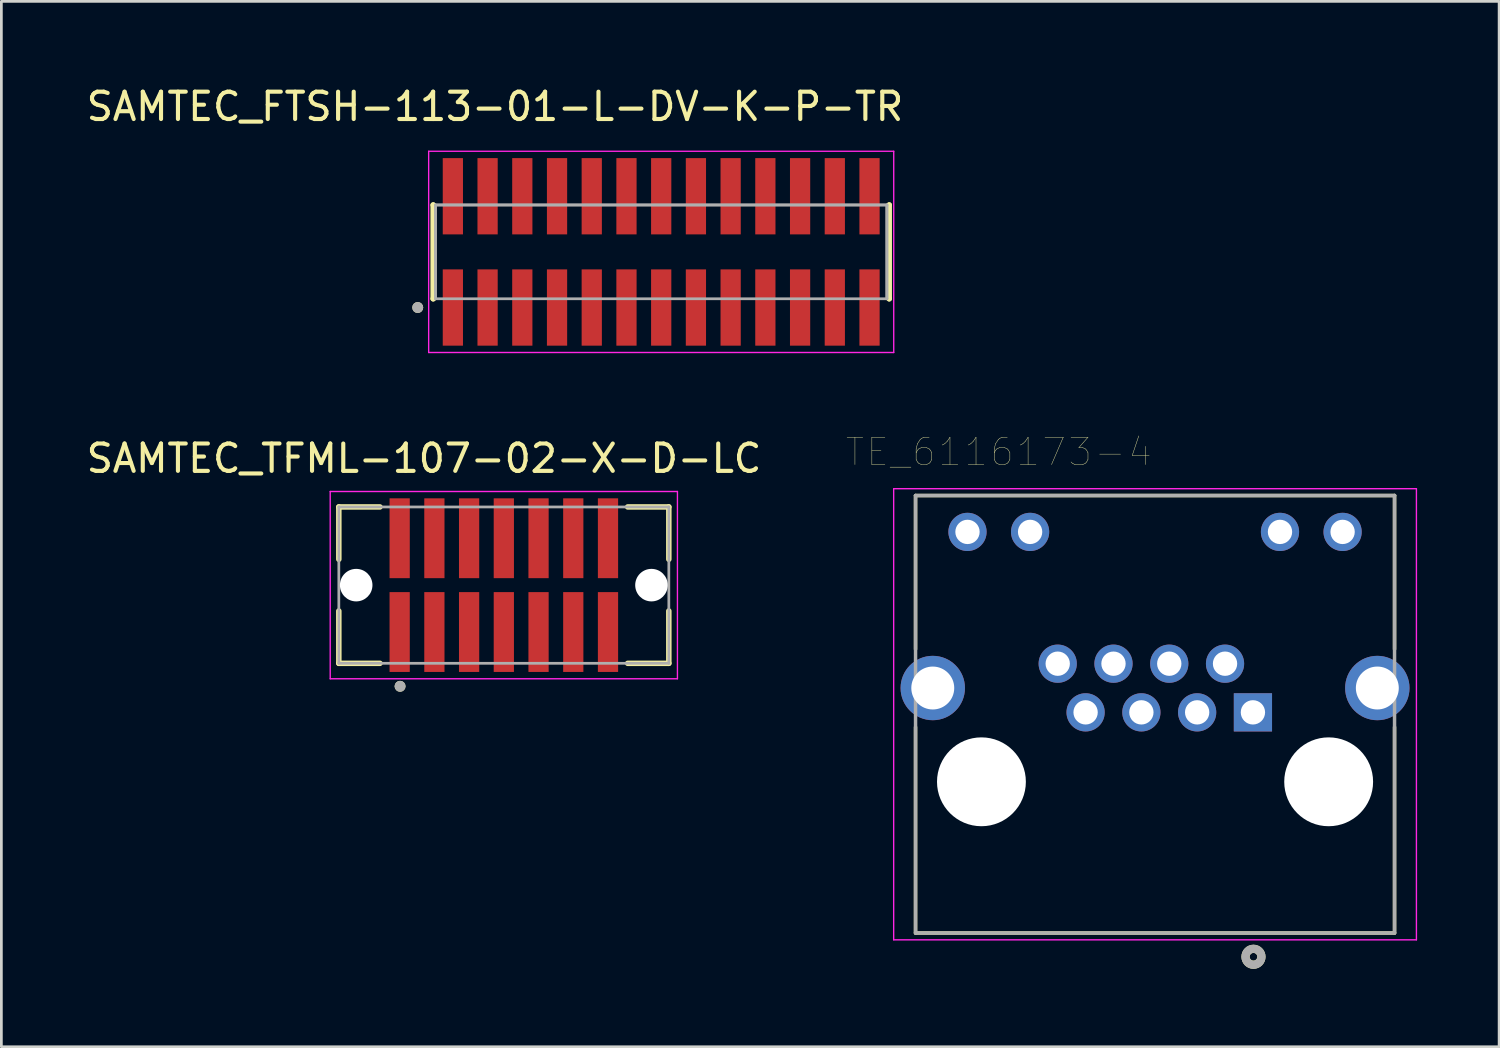
<source format=kicad_pcb>
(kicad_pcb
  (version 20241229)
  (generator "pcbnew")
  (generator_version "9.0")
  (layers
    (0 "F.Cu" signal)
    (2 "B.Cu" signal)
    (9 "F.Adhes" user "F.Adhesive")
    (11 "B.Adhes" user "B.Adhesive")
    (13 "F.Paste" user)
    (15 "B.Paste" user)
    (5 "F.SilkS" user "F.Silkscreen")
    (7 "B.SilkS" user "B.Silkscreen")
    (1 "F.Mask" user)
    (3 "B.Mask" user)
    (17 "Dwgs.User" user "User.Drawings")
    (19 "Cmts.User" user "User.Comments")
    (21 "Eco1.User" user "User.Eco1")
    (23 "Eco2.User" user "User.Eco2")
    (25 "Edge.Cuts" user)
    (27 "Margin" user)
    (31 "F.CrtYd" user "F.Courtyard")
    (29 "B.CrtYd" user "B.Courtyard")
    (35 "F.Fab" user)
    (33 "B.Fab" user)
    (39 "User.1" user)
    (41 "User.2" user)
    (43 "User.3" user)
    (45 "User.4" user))
  (footprint "SAMTEC_TFML-107-02-X-D-LC"
    (layer "F.Cu")
    (at 15.378 18.352)
    (property "Reference" "SAMTEC_TFML-107-02-X-D-LC" (at -2.92 -4.635 0) (layer "F.SilkS") (effects (font (size 1 1) (thickness 0.15))))
    (attr smd)
    (fp_line (start -6.035 -2.86) (end -6.035 -0.945) (stroke (width 0.2) (type solid)) (layer "F.SilkS"))
    (fp_line (start -6.035 0.945) (end -6.035 2.86) (stroke (width 0.2) (type solid)) (layer "F.SilkS"))
    (fp_line (start -6.035 2.86) (end -4.53 2.86) (stroke (width 0.2) (type solid)) (layer "F.SilkS"))
    (fp_line (start -4.53 -2.86) (end -6.035 -2.86) (stroke (width 0.2) (type solid)) (layer "F.SilkS"))
    (fp_line (start 4.53 -2.86) (end 6.035 -2.86) (stroke (width 0.2) (type solid)) (layer "F.SilkS"))
    (fp_line (start 4.53 2.86) (end 6.035 2.86) (stroke (width 0.2) (type solid)) (layer "F.SilkS"))
    (fp_line (start 6.035 -2.86) (end 6.035 -0.945) (stroke (width 0.2) (type solid)) (layer "F.SilkS"))
    (fp_line (start 6.035 2.86) (end 6.035 0.945) (stroke (width 0.2) (type solid)) (layer "F.SilkS"))
    (fp_circle (center -3.795 3.7) (end -3.695 3.7) (stroke (width 0.2) (type solid)) (fill no) (layer "F.SilkS"))
    (fp_line (start -6.35 -3.425) (end 6.35 -3.425) (stroke (width 0.05) (type solid)) (layer "F.CrtYd"))
    (fp_line (start -6.35 3.425) (end -6.35 -3.425) (stroke (width 0.05) (type solid)) (layer "F.CrtYd"))
    (fp_line (start 6.35 -3.425) (end 6.35 3.425) (stroke (width 0.05) (type solid)) (layer "F.CrtYd"))
    (fp_line (start 6.35 3.425) (end -6.35 3.425) (stroke (width 0.05) (type solid)) (layer "F.CrtYd"))
    (fp_line (start -6.035 -2.86) (end -6.035 2.86) (stroke (width 0.1) (type solid)) (layer "F.Fab"))
    (fp_line (start -6.035 2.86) (end 6.035 2.86) (stroke (width 0.1) (type solid)) (layer "F.Fab"))
    (fp_line (start 6.035 -2.86) (end -6.035 -2.86) (stroke (width 0.1) (type solid)) (layer "F.Fab"))
    (fp_line (start 6.035 2.86) (end 6.035 -2.86) (stroke (width 0.1) (type solid)) (layer "F.Fab"))
    (fp_circle (center -3.795 3.7) (end -3.695 3.7) (stroke (width 0.2) (type solid)) (fill no) (layer "F.Fab"))
    (pad "" np_thru_hole circle (at -5.4 0) (size 1.19 1.19) (drill 1.19) (layers "*.Cu" "*.Mask"))
    (pad "" np_thru_hole circle (at 5.4 0) (size 1.19 1.19) (drill 1.19) (layers "*.Cu" "*.Mask"))
    (pad "1" smd rect (at -3.81 1.715) (size 0.74 2.92) (layers "F.Cu" "F.Mask" "F.Paste"))
    (pad "2" smd rect (at -3.81 -1.715) (size 0.74 2.92) (layers "F.Cu" "F.Mask" "F.Paste"))
    (pad "3" smd rect (at -2.54 1.715) (size 0.74 2.92) (layers "F.Cu" "F.Mask" "F.Paste"))
    (pad "4" smd rect (at -2.54 -1.715) (size 0.74 2.92) (layers "F.Cu" "F.Mask" "F.Paste"))
    (pad "5" smd rect (at -1.27 1.715) (size 0.74 2.92) (layers "F.Cu" "F.Mask" "F.Paste"))
    (pad "6" smd rect (at -1.27 -1.715) (size 0.74 2.92) (layers "F.Cu" "F.Mask" "F.Paste"))
    (pad "7" smd rect (at 0 1.715) (size 0.74 2.92) (layers "F.Cu" "F.Mask" "F.Paste"))
    (pad "8" smd rect (at 0 -1.715) (size 0.74 2.92) (layers "F.Cu" "F.Mask" "F.Paste"))
    (pad "9" smd rect (at 1.27 1.715) (size 0.74 2.92) (layers "F.Cu" "F.Mask" "F.Paste"))
    (pad "10" smd rect (at 1.27 -1.715) (size 0.74 2.92) (layers "F.Cu" "F.Mask" "F.Paste"))
    (pad "11" smd rect (at 2.54 1.715) (size 0.74 2.92) (layers "F.Cu" "F.Mask" "F.Paste"))
    (pad "12" smd rect (at 2.54 -1.715) (size 0.74 2.92) (layers "F.Cu" "F.Mask" "F.Paste"))
    (pad "13" smd rect (at 3.81 1.715) (size 0.74 2.92) (layers "F.Cu" "F.Mask" "F.Paste"))
    (pad "14" smd rect (at 3.81 -1.715) (size 0.74 2.92) (layers "F.Cu" "F.Mask" "F.Paste")))
  (footprint "SAMTEC_FTSH-113-01-L-DV-K-P-TR"
    (layer "F.Cu")
    (at 21.134 6.163)
    (property "Reference" "SAMTEC_FTSH-113-01-L-DV-K-P-TR" (at -6.08 -5.315 0) (layer "F.SilkS") (effects (font (size 1 1) (thickness 0.15))))
    (attr smd)
    (fp_line (start -8.34 -1.715) (end -8.34 -1.715) (stroke (width 0.2) (type solid)) (layer "F.SilkS"))
    (fp_line (start -8.34 1.715) (end -8.34 -1.715) (stroke (width 0.2) (type solid)) (layer "F.SilkS"))
    (fp_line (start -8.34 1.715) (end -8.34 1.715) (stroke (width 0.2) (type solid)) (layer "F.SilkS"))
    (fp_line (start 8.34 -1.715) (end 8.34 -1.715) (stroke (width 0.2) (type solid)) (layer "F.SilkS"))
    (fp_line (start 8.34 -1.715) (end 8.34 1.715) (stroke (width 0.2) (type solid)) (layer "F.SilkS"))
    (fp_line (start 8.34 1.715) (end 8.34 1.715) (stroke (width 0.2) (type solid)) (layer "F.SilkS"))
    (fp_circle (center -8.905 2.035) (end -8.805 2.035) (stroke (width 0.2) (type solid)) (fill no) (layer "F.SilkS"))
    (fp_line (start -8.505 -3.68) (end 8.505 -3.68) (stroke (width 0.05) (type solid)) (layer "F.CrtYd"))
    (fp_line (start -8.505 3.68) (end -8.505 -3.68) (stroke (width 0.05) (type solid)) (layer "F.CrtYd"))
    (fp_line (start 8.505 -3.68) (end 8.505 3.68) (stroke (width 0.05) (type solid)) (layer "F.CrtYd"))
    (fp_line (start 8.505 3.68) (end -8.505 3.68) (stroke (width 0.05) (type solid)) (layer "F.CrtYd"))
    (fp_line (start -8.255 -1.715) (end 8.255 -1.715) (stroke (width 0.1) (type solid)) (layer "F.Fab"))
    (fp_line (start -8.255 -1.715) (end 8.255 -1.715) (stroke (width 0.1) (type solid)) (layer "F.Fab"))
    (fp_line (start -8.255 1.715) (end -8.255 -1.715) (stroke (width 0.1) (type solid)) (layer "F.Fab"))
    (fp_line (start -8.255 1.715) (end -8.255 -1.715) (stroke (width 0.1) (type solid)) (layer "F.Fab"))
    (fp_line (start 8.255 -1.715) (end 8.255 1.715) (stroke (width 0.1) (type solid)) (layer "F.Fab"))
    (fp_line (start 8.255 -1.715) (end 8.255 1.715) (stroke (width 0.1) (type solid)) (layer "F.Fab"))
    (fp_line (start 8.255 1.715) (end -8.255 1.715) (stroke (width 0.1) (type solid)) (layer "F.Fab"))
    (fp_circle (center -8.905 2.035) (end -8.805 2.035) (stroke (width 0.2) (type solid)) (fill no) (layer "F.Fab"))
    (pad "1" smd rect (at -7.62 2.035) (size 0.74 2.79) (layers "F.Cu" "F.Mask" "F.Paste"))
    (pad "2" smd rect (at -7.62 -2.035) (size 0.74 2.79) (layers "F.Cu" "F.Mask" "F.Paste"))
    (pad "3" smd rect (at -6.35 2.035) (size 0.74 2.79) (layers "F.Cu" "F.Mask" "F.Paste"))
    (pad "4" smd rect (at -6.35 -2.035) (size 0.74 2.79) (layers "F.Cu" "F.Mask" "F.Paste"))
    (pad "5" smd rect (at -5.08 2.035) (size 0.74 2.79) (layers "F.Cu" "F.Mask" "F.Paste"))
    (pad "6" smd rect (at -5.08 -2.035) (size 0.74 2.79) (layers "F.Cu" "F.Mask" "F.Paste"))
    (pad "7" smd rect (at -3.81 2.035) (size 0.74 2.79) (layers "F.Cu" "F.Mask" "F.Paste"))
    (pad "8" smd rect (at -3.81 -2.035) (size 0.74 2.79) (layers "F.Cu" "F.Mask" "F.Paste"))
    (pad "9" smd rect (at -2.54 2.035) (size 0.74 2.79) (layers "F.Cu" "F.Mask" "F.Paste"))
    (pad "10" smd rect (at -2.54 -2.035) (size 0.74 2.79) (layers "F.Cu" "F.Mask" "F.Paste"))
    (pad "11" smd rect (at -1.27 2.035) (size 0.74 2.79) (layers "F.Cu" "F.Mask" "F.Paste"))
    (pad "12" smd rect (at -1.27 -2.035) (size 0.74 2.79) (layers "F.Cu" "F.Mask" "F.Paste"))
    (pad "13" smd rect (at 0 2.035) (size 0.74 2.79) (layers "F.Cu" "F.Mask" "F.Paste"))
    (pad "14" smd rect (at 0 -2.035) (size 0.74 2.79) (layers "F.Cu" "F.Mask" "F.Paste"))
    (pad "15" smd rect (at 1.27 2.035) (size 0.74 2.79) (layers "F.Cu" "F.Mask" "F.Paste"))
    (pad "16" smd rect (at 1.27 -2.035) (size 0.74 2.79) (layers "F.Cu" "F.Mask" "F.Paste"))
    (pad "17" smd rect (at 2.54 2.035) (size 0.74 2.79) (layers "F.Cu" "F.Mask" "F.Paste"))
    (pad "18" smd rect (at 2.54 -2.035) (size 0.74 2.79) (layers "F.Cu" "F.Mask" "F.Paste"))
    (pad "19" smd rect (at 3.81 2.035) (size 0.74 2.79) (layers "F.Cu" "F.Mask" "F.Paste"))
    (pad "20" smd rect (at 3.81 -2.035) (size 0.74 2.79) (layers "F.Cu" "F.Mask" "F.Paste"))
    (pad "21" smd rect (at 5.08 2.035) (size 0.74 2.79) (layers "F.Cu" "F.Mask" "F.Paste"))
    (pad "22" smd rect (at 5.08 -2.035) (size 0.74 2.79) (layers "F.Cu" "F.Mask" "F.Paste"))
    (pad "23" smd rect (at 6.35 2.035) (size 0.74 2.79) (layers "F.Cu" "F.Mask" "F.Paste"))
    (pad "24" smd rect (at 6.35 -2.035) (size 0.74 2.79) (layers "F.Cu" "F.Mask" "F.Paste"))
    (pad "25" smd rect (at 7.62 2.035) (size 0.74 2.79) (layers "F.Cu" "F.Mask" "F.Paste"))
    (pad "26" smd rect (at 7.62 -2.035) (size 0.74 2.79) (layers "F.Cu" "F.Mask" "F.Paste")))
  (footprint "TE_6116173-4"
    (layer "F.Cu")
    (at 39.197 25.545)
    (property "Reference" "TE_6116173-4" (at -5.715 -12.065 0) (layer "F.SilkS") (effects (font (size 1 1) (thickness 0.015))))
    (attr through_hole)
    (fp_line (start -8.76 -10.47) (end 8.76 -10.47) (stroke (width 0.127) (type solid)) (layer "F.SilkS"))
    (fp_line (start -8.76 -4.85) (end -8.76 -10.47) (stroke (width 0.127) (type solid)) (layer "F.SilkS"))
    (fp_line (start -8.76 5.53) (end -8.76 -2) (stroke (width 0.127) (type solid)) (layer "F.SilkS"))
    (fp_line (start 8.76 -10.47) (end 8.76 -4.85) (stroke (width 0.127) (type solid)) (layer "F.SilkS"))
    (fp_line (start 8.76 -2) (end 8.76 5.53) (stroke (width 0.127) (type solid)) (layer "F.SilkS"))
    (fp_line (start 8.76 5.53) (end -8.76 5.53) (stroke (width 0.127) (type solid)) (layer "F.SilkS"))
    (fp_circle (center 3.6 6.4) (end 3.741 6.4) (stroke (width 0.3) (type solid)) (fill no) (layer "F.SilkS"))
    (fp_line (start -9.56 -10.72) (end 9.56 -10.72) (stroke (width 0.05) (type solid)) (layer "F.CrtYd"))
    (fp_line (start -9.56 5.78) (end -9.56 -10.72) (stroke (width 0.05) (type solid)) (layer "F.CrtYd"))
    (fp_line (start 9.56 -10.72) (end 9.56 5.78) (stroke (width 0.05) (type solid)) (layer "F.CrtYd"))
    (fp_line (start 9.56 5.78) (end -9.56 5.78) (stroke (width 0.05) (type solid)) (layer "F.CrtYd"))
    (fp_line (start -8.76 -10.47) (end 8.76 -10.47) (stroke (width 0.127) (type solid)) (layer "F.Fab"))
    (fp_line (start -8.76 5.53) (end -8.76 -10.47) (stroke (width 0.127) (type solid)) (layer "F.Fab"))
    (fp_line (start 8.76 -10.47) (end 8.76 5.53) (stroke (width 0.127) (type solid)) (layer "F.Fab"))
    (fp_line (start 8.76 5.53) (end -8.76 5.53) (stroke (width 0.127) (type solid)) (layer "F.Fab"))
    (fp_circle (center 3.6 6.4) (end 3.741 6.4) (stroke (width 0.3) (type solid)) (fill no) (layer "F.Fab"))
    (pad "" np_thru_hole circle (at -6.35 0) (size 3.25 3.25) (drill 3.25) (layers "*.Cu" "*.Mask"))
    (pad "" np_thru_hole circle (at 6.35 0) (size 3.25 3.25) (drill 3.25) (layers "*.Cu" "*.Mask"))
    (pad "1" thru_hole rect (at 3.58 -2.54) (size 1.398 1.398) (drill 0.89) (layers "*.Cu" "*.Mask"))
    (pad "2" thru_hole circle (at 2.56 -4.32) (size 1.398 1.398) (drill 0.89) (layers "*.Cu" "*.Mask"))
    (pad "3" thru_hole circle (at 1.54 -2.54) (size 1.398 1.398) (drill 0.89) (layers "*.Cu" "*.Mask"))
    (pad "4" thru_hole circle (at 0.52 -4.32) (size 1.398 1.398) (drill 0.89) (layers "*.Cu" "*.Mask"))
    (pad "5" thru_hole circle (at -0.5 -2.54) (size 1.398 1.398) (drill 0.89) (layers "*.Cu" "*.Mask"))
    (pad "6" thru_hole circle (at -1.52 -4.32) (size 1.398 1.398) (drill 0.89) (layers "*.Cu" "*.Mask"))
    (pad "7" thru_hole circle (at -2.54 -2.54) (size 1.398 1.398) (drill 0.89) (layers "*.Cu" "*.Mask"))
    (pad "8" thru_hole circle (at -3.56 -4.32) (size 1.398 1.398) (drill 0.89) (layers "*.Cu" "*.Mask"))
    (pad "9" thru_hole circle (at -6.86 -9.14) (size 1.398 1.398) (drill 0.89) (layers "*.Cu" "*.Mask"))
    (pad "10" thru_hole circle (at -4.57 -9.14) (size 1.398 1.398) (drill 0.89) (layers "*.Cu" "*.Mask"))
    (pad "11" thru_hole circle (at 4.57 -9.14) (size 1.398 1.398) (drill 0.89) (layers "*.Cu" "*.Mask"))
    (pad "12" thru_hole circle (at 6.86 -9.14) (size 1.398 1.398) (drill 0.89) (layers "*.Cu" "*.Mask"))
    (pad "S1" thru_hole circle (at -8.13 -3.43) (size 2.355 2.355) (drill 1.57) (layers "*.Cu" "*.Mask"))
    (pad "S2" thru_hole circle (at 8.13 -3.43) (size 2.355 2.355) (drill 1.57) (layers "*.Cu" "*.Mask")))
  (gr_rect
    (start -3 -3)
    (end 51.782 35.236)
    (stroke (width 0.1) (type default))
    (fill no)
    (layer "Edge.Cuts")))
</source>
